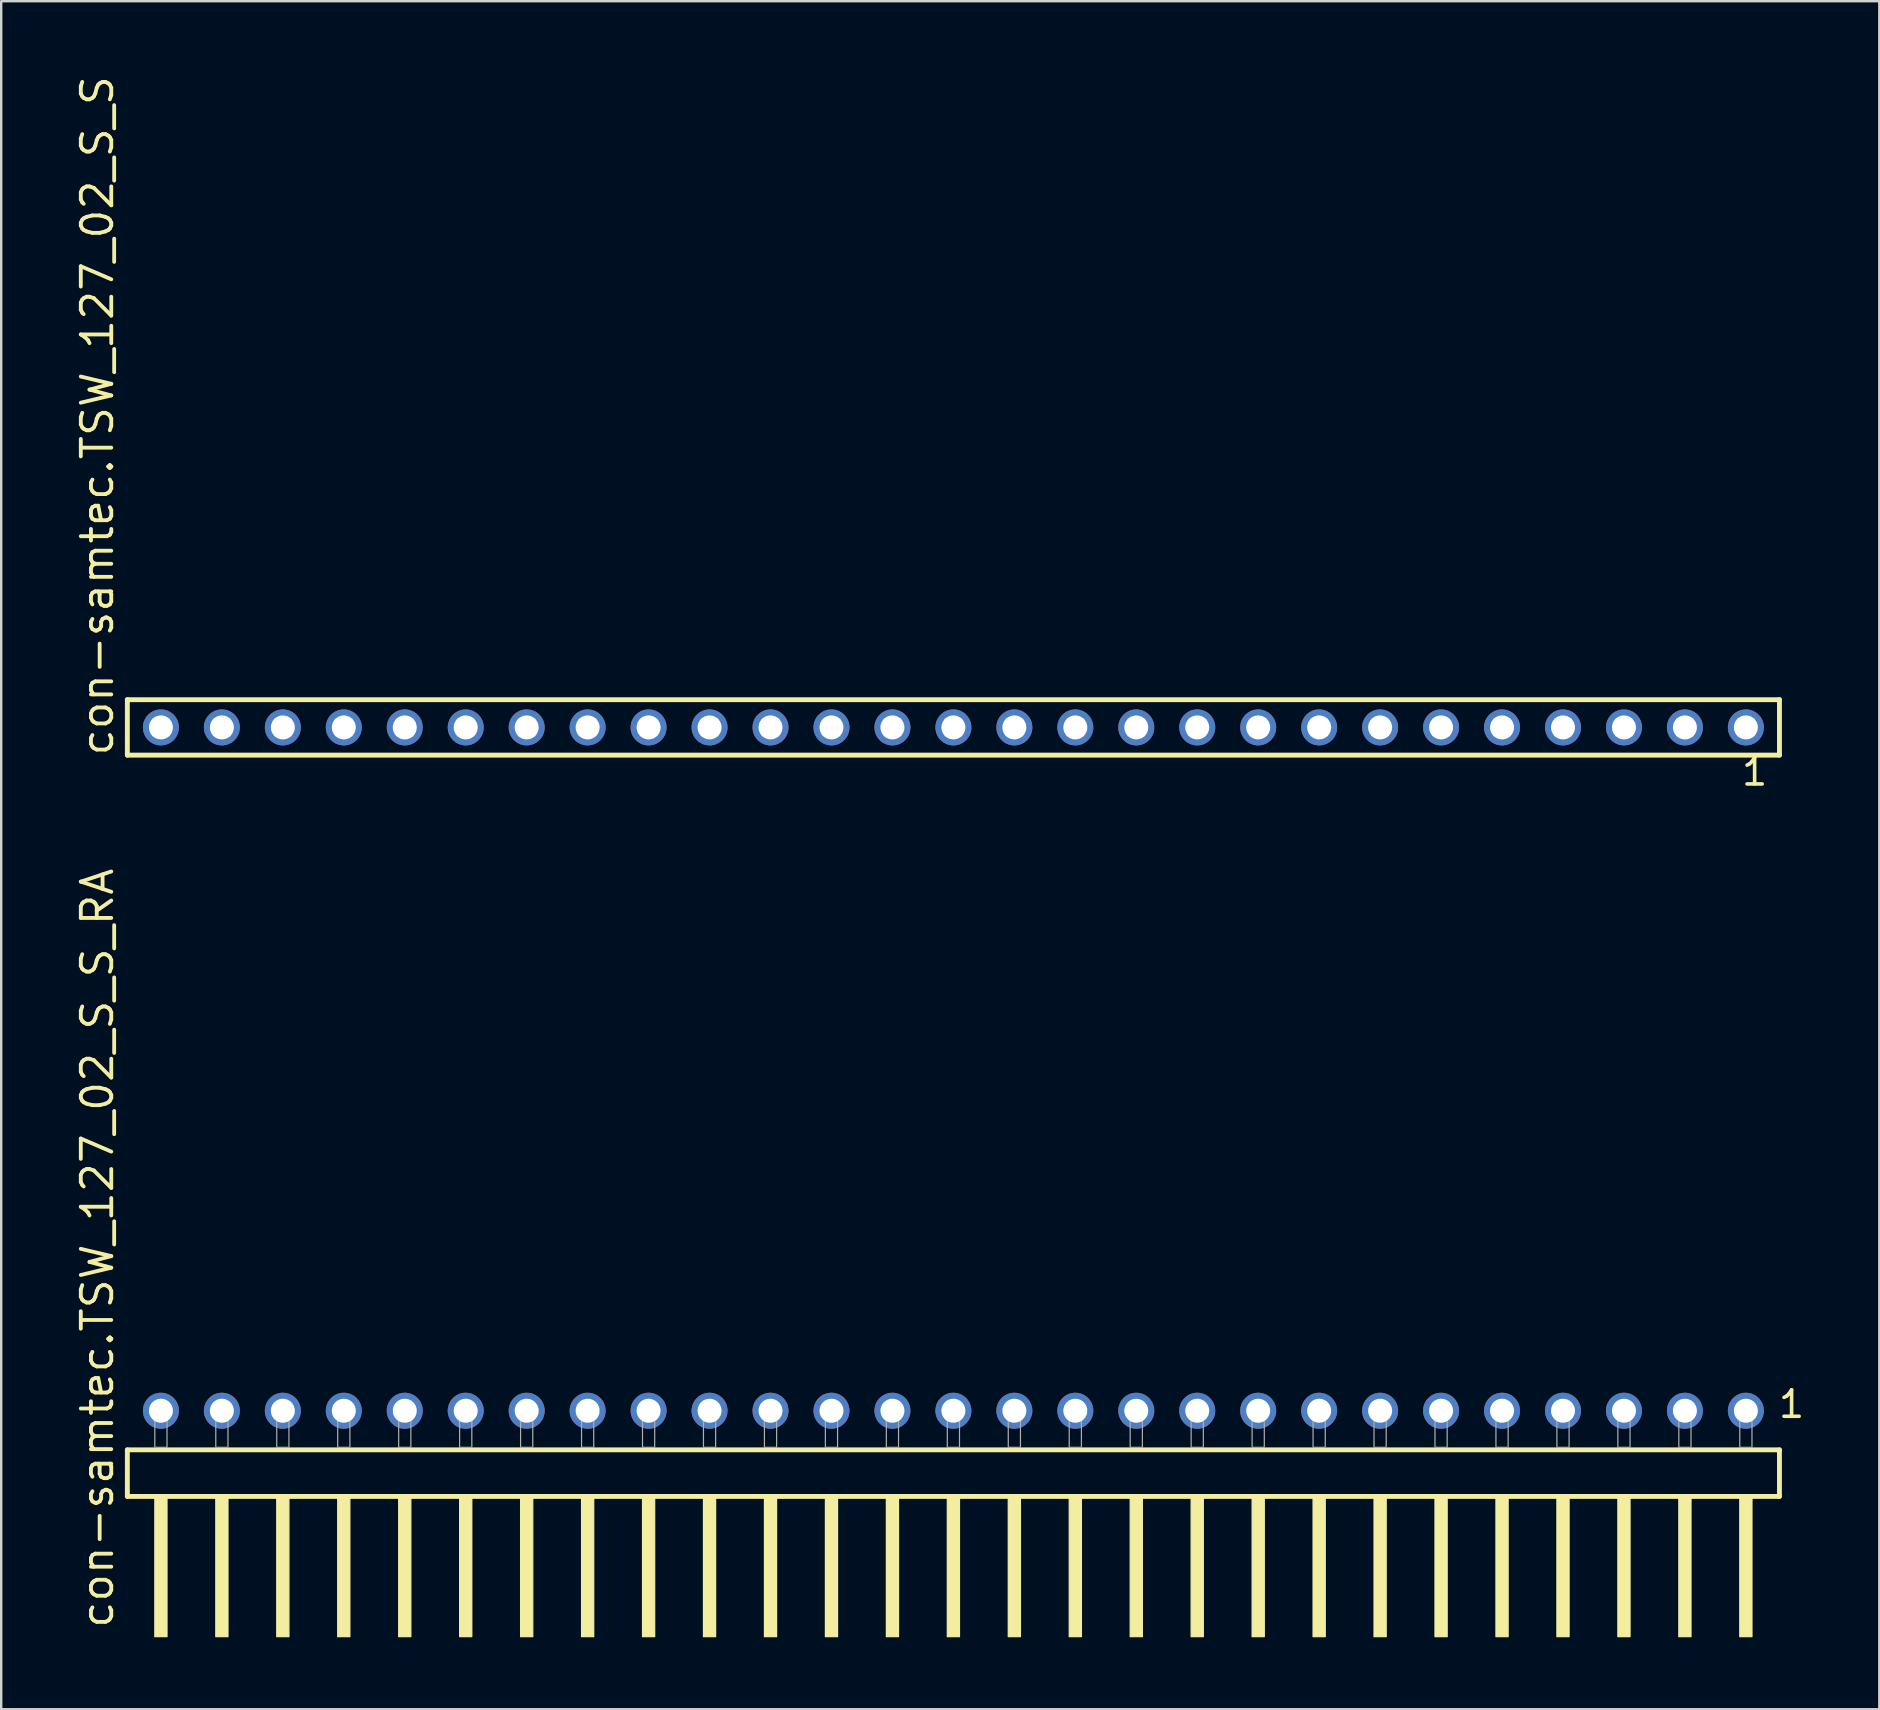
<source format=kicad_pcb>
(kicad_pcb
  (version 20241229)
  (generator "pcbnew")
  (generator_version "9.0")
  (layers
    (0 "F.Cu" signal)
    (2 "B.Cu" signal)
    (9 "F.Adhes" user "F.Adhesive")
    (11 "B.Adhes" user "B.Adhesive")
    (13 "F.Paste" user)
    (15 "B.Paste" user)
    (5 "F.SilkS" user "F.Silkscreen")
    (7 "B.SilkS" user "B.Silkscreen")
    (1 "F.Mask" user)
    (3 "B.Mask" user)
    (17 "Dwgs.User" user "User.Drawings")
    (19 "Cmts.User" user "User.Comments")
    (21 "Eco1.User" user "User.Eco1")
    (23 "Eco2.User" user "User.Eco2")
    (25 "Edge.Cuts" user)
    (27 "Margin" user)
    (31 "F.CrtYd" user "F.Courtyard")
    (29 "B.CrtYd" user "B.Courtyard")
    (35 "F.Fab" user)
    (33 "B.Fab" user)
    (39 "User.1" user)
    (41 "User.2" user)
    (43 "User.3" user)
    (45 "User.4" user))
  (footprint "con-samtec.TSW_127_02_S_S"
    (layer "F.Cu")
    (at 36.675 27.259)
    (property "Reference" "con-samtec.TSW_127_02_S_S" (at -34.925 1.27 90) (layer "F.SilkS") (effects (font (size 1.27 1.27) (thickness 0.16)) (justify left bottom)))
    (attr through_hole)
    (fp_line (start -34.419 -1.155) (end 34.419 -1.155) (stroke (width 0.203) (type default)) (layer "F.SilkS"))
    (fp_line (start -34.419 1.155) (end -34.419 -1.155) (stroke (width 0.203) (type default)) (layer "F.SilkS"))
    (fp_line (start 34.419 -1.155) (end 34.419 1.155) (stroke (width 0.203) (type default)) (layer "F.SilkS"))
    (fp_line (start 34.419 1.155) (end -34.419 1.155) (stroke (width 0.203) (type default)) (layer "F.SilkS"))
    (fp_rect (start -33.37 0.35) (end -32.67 -0.35) (stroke (width 0.05) (type default)) (fill no) (layer "F.Fab"))
    (fp_rect (start -30.83 0.35) (end -30.13 -0.35) (stroke (width 0.05) (type default)) (fill no) (layer "F.Fab"))
    (fp_rect (start -28.29 0.35) (end -27.59 -0.35) (stroke (width 0.05) (type default)) (fill no) (layer "F.Fab"))
    (fp_rect (start -25.75 0.35) (end -25.05 -0.35) (stroke (width 0.05) (type default)) (fill no) (layer "F.Fab"))
    (fp_rect (start -23.21 0.35) (end -22.51 -0.35) (stroke (width 0.05) (type default)) (fill no) (layer "F.Fab"))
    (fp_rect (start -20.67 0.35) (end -19.97 -0.35) (stroke (width 0.05) (type default)) (fill no) (layer "F.Fab"))
    (fp_rect (start -18.13 0.35) (end -17.43 -0.35) (stroke (width 0.05) (type default)) (fill no) (layer "F.Fab"))
    (fp_rect (start -15.59 0.35) (end -14.89 -0.35) (stroke (width 0.05) (type default)) (fill no) (layer "F.Fab"))
    (fp_rect (start -13.05 0.35) (end -12.35 -0.35) (stroke (width 0.05) (type default)) (fill no) (layer "F.Fab"))
    (fp_rect (start -10.51 0.35) (end -9.81 -0.35) (stroke (width 0.05) (type default)) (fill no) (layer "F.Fab"))
    (fp_rect (start -7.97 0.35) (end -7.27 -0.35) (stroke (width 0.05) (type default)) (fill no) (layer "F.Fab"))
    (fp_rect (start -5.43 0.35) (end -4.73 -0.35) (stroke (width 0.05) (type default)) (fill no) (layer "F.Fab"))
    (fp_rect (start -2.89 0.35) (end -2.19 -0.35) (stroke (width 0.05) (type default)) (fill no) (layer "F.Fab"))
    (fp_rect (start -0.35 0.35) (end 0.35 -0.35) (stroke (width 0.05) (type default)) (fill no) (layer "F.Fab"))
    (fp_rect (start 2.19 0.35) (end 2.89 -0.35) (stroke (width 0.05) (type default)) (fill no) (layer "F.Fab"))
    (fp_rect (start 4.73 0.35) (end 5.43 -0.35) (stroke (width 0.05) (type default)) (fill no) (layer "F.Fab"))
    (fp_rect (start 7.27 0.35) (end 7.97 -0.35) (stroke (width 0.05) (type default)) (fill no) (layer "F.Fab"))
    (fp_rect (start 9.81 0.35) (end 10.51 -0.35) (stroke (width 0.05) (type default)) (fill no) (layer "F.Fab"))
    (fp_rect (start 12.35 0.35) (end 13.05 -0.35) (stroke (width 0.05) (type default)) (fill no) (layer "F.Fab"))
    (fp_rect (start 14.89 0.35) (end 15.59 -0.35) (stroke (width 0.05) (type default)) (fill no) (layer "F.Fab"))
    (fp_rect (start 17.43 0.35) (end 18.13 -0.35) (stroke (width 0.05) (type default)) (fill no) (layer "F.Fab"))
    (fp_rect (start 19.97 0.35) (end 20.67 -0.35) (stroke (width 0.05) (type default)) (fill no) (layer "F.Fab"))
    (fp_rect (start 22.51 0.35) (end 23.21 -0.35) (stroke (width 0.05) (type default)) (fill no) (layer "F.Fab"))
    (fp_rect (start 25.05 0.35) (end 25.75 -0.35) (stroke (width 0.05) (type default)) (fill no) (layer "F.Fab"))
    (fp_rect (start 27.59 0.35) (end 28.29 -0.35) (stroke (width 0.05) (type default)) (fill no) (layer "F.Fab"))
    (fp_rect (start 30.13 0.35) (end 30.83 -0.35) (stroke (width 0.05) (type default)) (fill no) (layer "F.Fab"))
    (fp_rect (start 32.67 0.35) (end 33.37 -0.35) (stroke (width 0.05) (type default)) (fill no) (layer "F.Fab"))
    (fp_text user "1" (at 32.762 2.498 0) (layer "F.SilkS") (effects (font (size 1.1 1.1) (thickness 0.15)) (justify left bottom)))
    (pad "1" thru_hole circle (at 33.02 0 180) (size 1.5 1.5) (drill 1) (layers "*.Cu" "*.Mask"))
    (pad "2" thru_hole circle (at 30.48 0 180) (size 1.5 1.5) (drill 1) (layers "*.Cu" "*.Mask"))
    (pad "3" thru_hole circle (at 27.94 0 180) (size 1.5 1.5) (drill 1) (layers "*.Cu" "*.Mask"))
    (pad "4" thru_hole circle (at 25.4 0 180) (size 1.5 1.5) (drill 1) (layers "*.Cu" "*.Mask"))
    (pad "5" thru_hole circle (at 22.86 0 180) (size 1.5 1.5) (drill 1) (layers "*.Cu" "*.Mask"))
    (pad "6" thru_hole circle (at 20.32 0 180) (size 1.5 1.5) (drill 1) (layers "*.Cu" "*.Mask"))
    (pad "7" thru_hole circle (at 17.78 0 180) (size 1.5 1.5) (drill 1) (layers "*.Cu" "*.Mask"))
    (pad "8" thru_hole circle (at 15.24 0 180) (size 1.5 1.5) (drill 1) (layers "*.Cu" "*.Mask"))
    (pad "9" thru_hole circle (at 12.7 0 180) (size 1.5 1.5) (drill 1) (layers "*.Cu" "*.Mask"))
    (pad "10" thru_hole circle (at 10.16 0 180) (size 1.5 1.5) (drill 1) (layers "*.Cu" "*.Mask"))
    (pad "11" thru_hole circle (at 7.62 0 180) (size 1.5 1.5) (drill 1) (layers "*.Cu" "*.Mask"))
    (pad "12" thru_hole circle (at 5.08 0 180) (size 1.5 1.5) (drill 1) (layers "*.Cu" "*.Mask"))
    (pad "13" thru_hole circle (at 2.54 0 180) (size 1.5 1.5) (drill 1) (layers "*.Cu" "*.Mask"))
    (pad "14" thru_hole circle (at 0 0 180) (size 1.5 1.5) (drill 1) (layers "*.Cu" "*.Mask"))
    (pad "15" thru_hole circle (at -2.54 0 180) (size 1.5 1.5) (drill 1) (layers "*.Cu" "*.Mask"))
    (pad "16" thru_hole circle (at -5.08 0 180) (size 1.5 1.5) (drill 1) (layers "*.Cu" "*.Mask"))
    (pad "17" thru_hole circle (at -7.62 0 180) (size 1.5 1.5) (drill 1) (layers "*.Cu" "*.Mask"))
    (pad "18" thru_hole circle (at -10.16 0 180) (size 1.5 1.5) (drill 1) (layers "*.Cu" "*.Mask"))
    (pad "19" thru_hole circle (at -12.7 0 180) (size 1.5 1.5) (drill 1) (layers "*.Cu" "*.Mask"))
    (pad "20" thru_hole circle (at -15.24 0 180) (size 1.5 1.5) (drill 1) (layers "*.Cu" "*.Mask"))
    (pad "21" thru_hole circle (at -17.78 0 180) (size 1.5 1.5) (drill 1) (layers "*.Cu" "*.Mask"))
    (pad "22" thru_hole circle (at -20.32 0 180) (size 1.5 1.5) (drill 1) (layers "*.Cu" "*.Mask"))
    (pad "23" thru_hole circle (at -22.86 0 180) (size 1.5 1.5) (drill 1) (layers "*.Cu" "*.Mask"))
    (pad "24" thru_hole circle (at -25.4 0 180) (size 1.5 1.5) (drill 1) (layers "*.Cu" "*.Mask"))
    (pad "25" thru_hole circle (at -27.94 0 180) (size 1.5 1.5) (drill 1) (layers "*.Cu" "*.Mask"))
    (pad "26" thru_hole circle (at -30.48 0 180) (size 1.5 1.5) (drill 1) (layers "*.Cu" "*.Mask"))
    (pad "27" thru_hole circle (at -33.02 0 180) (size 1.5 1.5) (drill 1) (layers "*.Cu" "*.Mask")))
  (footprint "con-samtec.TSW_127_02_S_S_RA"
    (layer "F.Cu")
    (at 36.675 57.255)
    (property "Reference" "con-samtec.TSW_127_02_S_S_RA" (at -34.925 7.62 90) (layer "F.SilkS") (effects (font (size 1.27 1.27) (thickness 0.16)) (justify left bottom)))
    (attr through_hole)
    (fp_line (start -34.419 0.106) (end -34.419 2.046) (stroke (width 0.203) (type default)) (layer "F.SilkS"))
    (fp_line (start -34.419 2.046) (end 34.419 2.046) (stroke (width 0.203) (type default)) (layer "F.SilkS"))
    (fp_line (start 34.419 0.106) (end -34.419 0.106) (stroke (width 0.203) (type default)) (layer "F.SilkS"))
    (fp_line (start 34.419 2.046) (end 34.419 0.106) (stroke (width 0.203) (type default)) (layer "F.SilkS"))
    (fp_rect (start -33.274 7.89) (end -32.766 2.04) (stroke (width 0.05) (type default)) (fill yes) (layer "F.SilkS"))
    (fp_rect (start -30.734 7.89) (end -30.226 2.04) (stroke (width 0.05) (type default)) (fill yes) (layer "F.SilkS"))
    (fp_rect (start -28.194 7.89) (end -27.686 2.04) (stroke (width 0.05) (type default)) (fill yes) (layer "F.SilkS"))
    (fp_rect (start -25.654 7.89) (end -25.146 2.04) (stroke (width 0.05) (type default)) (fill yes) (layer "F.SilkS"))
    (fp_rect (start -23.114 7.89) (end -22.606 2.04) (stroke (width 0.05) (type default)) (fill yes) (layer "F.SilkS"))
    (fp_rect (start -20.574 7.89) (end -20.066 2.04) (stroke (width 0.05) (type default)) (fill yes) (layer "F.SilkS"))
    (fp_rect (start -18.034 7.89) (end -17.526 2.04) (stroke (width 0.05) (type default)) (fill yes) (layer "F.SilkS"))
    (fp_rect (start -15.494 7.89) (end -14.986 2.04) (stroke (width 0.05) (type default)) (fill yes) (layer "F.SilkS"))
    (fp_rect (start -12.954 7.89) (end -12.446 2.04) (stroke (width 0.05) (type default)) (fill yes) (layer "F.SilkS"))
    (fp_rect (start -10.414 7.89) (end -9.906 2.04) (stroke (width 0.05) (type default)) (fill yes) (layer "F.SilkS"))
    (fp_rect (start -7.874 7.89) (end -7.366 2.04) (stroke (width 0.05) (type default)) (fill yes) (layer "F.SilkS"))
    (fp_rect (start -5.334 7.89) (end -4.826 2.04) (stroke (width 0.05) (type default)) (fill yes) (layer "F.SilkS"))
    (fp_rect (start -2.794 7.89) (end -2.286 2.04) (stroke (width 0.05) (type default)) (fill yes) (layer "F.SilkS"))
    (fp_rect (start -0.254 7.89) (end 0.254 2.04) (stroke (width 0.05) (type default)) (fill yes) (layer "F.SilkS"))
    (fp_rect (start 2.286 7.89) (end 2.794 2.04) (stroke (width 0.05) (type default)) (fill yes) (layer "F.SilkS"))
    (fp_rect (start 4.826 7.89) (end 5.334 2.04) (stroke (width 0.05) (type default)) (fill yes) (layer "F.SilkS"))
    (fp_rect (start 7.366 7.89) (end 7.874 2.04) (stroke (width 0.05) (type default)) (fill yes) (layer "F.SilkS"))
    (fp_rect (start 9.906 7.89) (end 10.414 2.04) (stroke (width 0.05) (type default)) (fill yes) (layer "F.SilkS"))
    (fp_rect (start 12.446 7.89) (end 12.954 2.04) (stroke (width 0.05) (type default)) (fill yes) (layer "F.SilkS"))
    (fp_rect (start 14.986 7.89) (end 15.494 2.04) (stroke (width 0.05) (type default)) (fill yes) (layer "F.SilkS"))
    (fp_rect (start 17.526 7.89) (end 18.034 2.04) (stroke (width 0.05) (type default)) (fill yes) (layer "F.SilkS"))
    (fp_rect (start 20.066 7.89) (end 20.574 2.04) (stroke (width 0.05) (type default)) (fill yes) (layer "F.SilkS"))
    (fp_rect (start 22.606 7.89) (end 23.114 2.04) (stroke (width 0.05) (type default)) (fill yes) (layer "F.SilkS"))
    (fp_rect (start 25.146 7.89) (end 25.654 2.04) (stroke (width 0.05) (type default)) (fill yes) (layer "F.SilkS"))
    (fp_rect (start 27.686 7.89) (end 28.194 2.04) (stroke (width 0.05) (type default)) (fill yes) (layer "F.SilkS"))
    (fp_rect (start 30.226 7.89) (end 30.734 2.04) (stroke (width 0.05) (type default)) (fill yes) (layer "F.SilkS"))
    (fp_rect (start 32.766 7.89) (end 33.274 2.04) (stroke (width 0.05) (type default)) (fill yes) (layer "F.SilkS"))
    (fp_rect (start -33.274 0) (end -32.766 -1.778) (stroke (width 0.05) (type default)) (fill no) (layer "F.Fab"))
    (fp_rect (start -30.734 0) (end -30.226 -1.778) (stroke (width 0.05) (type default)) (fill no) (layer "F.Fab"))
    (fp_rect (start -28.194 0) (end -27.686 -1.778) (stroke (width 0.05) (type default)) (fill no) (layer "F.Fab"))
    (fp_rect (start -25.654 0) (end -25.146 -1.778) (stroke (width 0.05) (type default)) (fill no) (layer "F.Fab"))
    (fp_rect (start -23.114 0) (end -22.606 -1.778) (stroke (width 0.05) (type default)) (fill no) (layer "F.Fab"))
    (fp_rect (start -20.574 0) (end -20.066 -1.778) (stroke (width 0.05) (type default)) (fill no) (layer "F.Fab"))
    (fp_rect (start -18.034 0) (end -17.526 -1.778) (stroke (width 0.05) (type default)) (fill no) (layer "F.Fab"))
    (fp_rect (start -15.494 0) (end -14.986 -1.778) (stroke (width 0.05) (type default)) (fill no) (layer "F.Fab"))
    (fp_rect (start -12.954 0) (end -12.446 -1.778) (stroke (width 0.05) (type default)) (fill no) (layer "F.Fab"))
    (fp_rect (start -10.414 0) (end -9.906 -1.778) (stroke (width 0.05) (type default)) (fill no) (layer "F.Fab"))
    (fp_rect (start -7.874 0) (end -7.366 -1.778) (stroke (width 0.05) (type default)) (fill no) (layer "F.Fab"))
    (fp_rect (start -5.334 0) (end -4.826 -1.778) (stroke (width 0.05) (type default)) (fill no) (layer "F.Fab"))
    (fp_rect (start -2.794 0) (end -2.286 -1.778) (stroke (width 0.05) (type default)) (fill no) (layer "F.Fab"))
    (fp_rect (start -0.254 0) (end 0.254 -1.778) (stroke (width 0.05) (type default)) (fill no) (layer "F.Fab"))
    (fp_rect (start 2.286 0) (end 2.794 -1.778) (stroke (width 0.05) (type default)) (fill no) (layer "F.Fab"))
    (fp_rect (start 4.826 0) (end 5.334 -1.778) (stroke (width 0.05) (type default)) (fill no) (layer "F.Fab"))
    (fp_rect (start 7.366 0) (end 7.874 -1.778) (stroke (width 0.05) (type default)) (fill no) (layer "F.Fab"))
    (fp_rect (start 9.906 0) (end 10.414 -1.778) (stroke (width 0.05) (type default)) (fill no) (layer "F.Fab"))
    (fp_rect (start 12.446 0) (end 12.954 -1.778) (stroke (width 0.05) (type default)) (fill no) (layer "F.Fab"))
    (fp_rect (start 14.986 0) (end 15.494 -1.778) (stroke (width 0.05) (type default)) (fill no) (layer "F.Fab"))
    (fp_rect (start 17.526 0) (end 18.034 -1.778) (stroke (width 0.05) (type default)) (fill no) (layer "F.Fab"))
    (fp_rect (start 20.066 0) (end 20.574 -1.778) (stroke (width 0.05) (type default)) (fill no) (layer "F.Fab"))
    (fp_rect (start 22.606 0) (end 23.114 -1.778) (stroke (width 0.05) (type default)) (fill no) (layer "F.Fab"))
    (fp_rect (start 25.146 0) (end 25.654 -1.778) (stroke (width 0.05) (type default)) (fill no) (layer "F.Fab"))
    (fp_rect (start 27.686 0) (end 28.194 -1.778) (stroke (width 0.05) (type default)) (fill no) (layer "F.Fab"))
    (fp_rect (start 30.226 0) (end 30.734 -1.778) (stroke (width 0.05) (type default)) (fill no) (layer "F.Fab"))
    (fp_rect (start 32.766 0) (end 33.274 -1.778) (stroke (width 0.05) (type default)) (fill no) (layer "F.Fab"))
    (fp_text user "1" (at 34.302 -1.152 0) (layer "F.SilkS") (effects (font (size 1.1 1.1) (thickness 0.15)) (justify left bottom)))
    (pad "1" thru_hole circle (at 33.02 -1.524 180) (size 1.5 1.5) (drill 1) (layers "*.Cu" "*.Mask"))
    (pad "2" thru_hole circle (at 30.48 -1.524 180) (size 1.5 1.5) (drill 1) (layers "*.Cu" "*.Mask"))
    (pad "3" thru_hole circle (at 27.94 -1.524 180) (size 1.5 1.5) (drill 1) (layers "*.Cu" "*.Mask"))
    (pad "4" thru_hole circle (at 25.4 -1.524 180) (size 1.5 1.5) (drill 1) (layers "*.Cu" "*.Mask"))
    (pad "5" thru_hole circle (at 22.86 -1.524 180) (size 1.5 1.5) (drill 1) (layers "*.Cu" "*.Mask"))
    (pad "6" thru_hole circle (at 20.32 -1.524 180) (size 1.5 1.5) (drill 1) (layers "*.Cu" "*.Mask"))
    (pad "7" thru_hole circle (at 17.78 -1.524 180) (size 1.5 1.5) (drill 1) (layers "*.Cu" "*.Mask"))
    (pad "8" thru_hole circle (at 15.24 -1.524 180) (size 1.5 1.5) (drill 1) (layers "*.Cu" "*.Mask"))
    (pad "9" thru_hole circle (at 12.7 -1.524 180) (size 1.5 1.5) (drill 1) (layers "*.Cu" "*.Mask"))
    (pad "10" thru_hole circle (at 10.16 -1.524 180) (size 1.5 1.5) (drill 1) (layers "*.Cu" "*.Mask"))
    (pad "11" thru_hole circle (at 7.62 -1.524 180) (size 1.5 1.5) (drill 1) (layers "*.Cu" "*.Mask"))
    (pad "12" thru_hole circle (at 5.08 -1.524 180) (size 1.5 1.5) (drill 1) (layers "*.Cu" "*.Mask"))
    (pad "13" thru_hole circle (at 2.54 -1.524 180) (size 1.5 1.5) (drill 1) (layers "*.Cu" "*.Mask"))
    (pad "14" thru_hole circle (at 0 -1.524 180) (size 1.5 1.5) (drill 1) (layers "*.Cu" "*.Mask"))
    (pad "15" thru_hole circle (at -2.54 -1.524 180) (size 1.5 1.5) (drill 1) (layers "*.Cu" "*.Mask"))
    (pad "16" thru_hole circle (at -5.08 -1.524 180) (size 1.5 1.5) (drill 1) (layers "*.Cu" "*.Mask"))
    (pad "17" thru_hole circle (at -7.62 -1.524 180) (size 1.5 1.5) (drill 1) (layers "*.Cu" "*.Mask"))
    (pad "18" thru_hole circle (at -10.16 -1.524 180) (size 1.5 1.5) (drill 1) (layers "*.Cu" "*.Mask"))
    (pad "19" thru_hole circle (at -12.7 -1.524 180) (size 1.5 1.5) (drill 1) (layers "*.Cu" "*.Mask"))
    (pad "20" thru_hole circle (at -15.24 -1.524 180) (size 1.5 1.5) (drill 1) (layers "*.Cu" "*.Mask"))
    (pad "21" thru_hole circle (at -17.78 -1.524 180) (size 1.5 1.5) (drill 1) (layers "*.Cu" "*.Mask"))
    (pad "22" thru_hole circle (at -20.32 -1.524 180) (size 1.5 1.5) (drill 1) (layers "*.Cu" "*.Mask"))
    (pad "23" thru_hole circle (at -22.86 -1.524 180) (size 1.5 1.5) (drill 1) (layers "*.Cu" "*.Mask"))
    (pad "24" thru_hole circle (at -25.4 -1.524 180) (size 1.5 1.5) (drill 1) (layers "*.Cu" "*.Mask"))
    (pad "25" thru_hole circle (at -27.94 -1.524 180) (size 1.5 1.5) (drill 1) (layers "*.Cu" "*.Mask"))
    (pad "26" thru_hole circle (at -30.48 -1.524 180) (size 1.5 1.5) (drill 1) (layers "*.Cu" "*.Mask"))
    (pad "27" thru_hole circle (at -33.02 -1.524 180) (size 1.5 1.5) (drill 1) (layers "*.Cu" "*.Mask")))
  (gr_rect
    (start -3 -3)
    (end 75.255 68.17)
    (stroke (width 0.1) (type default))
    (fill no)
    (layer "Edge.Cuts")))
</source>
